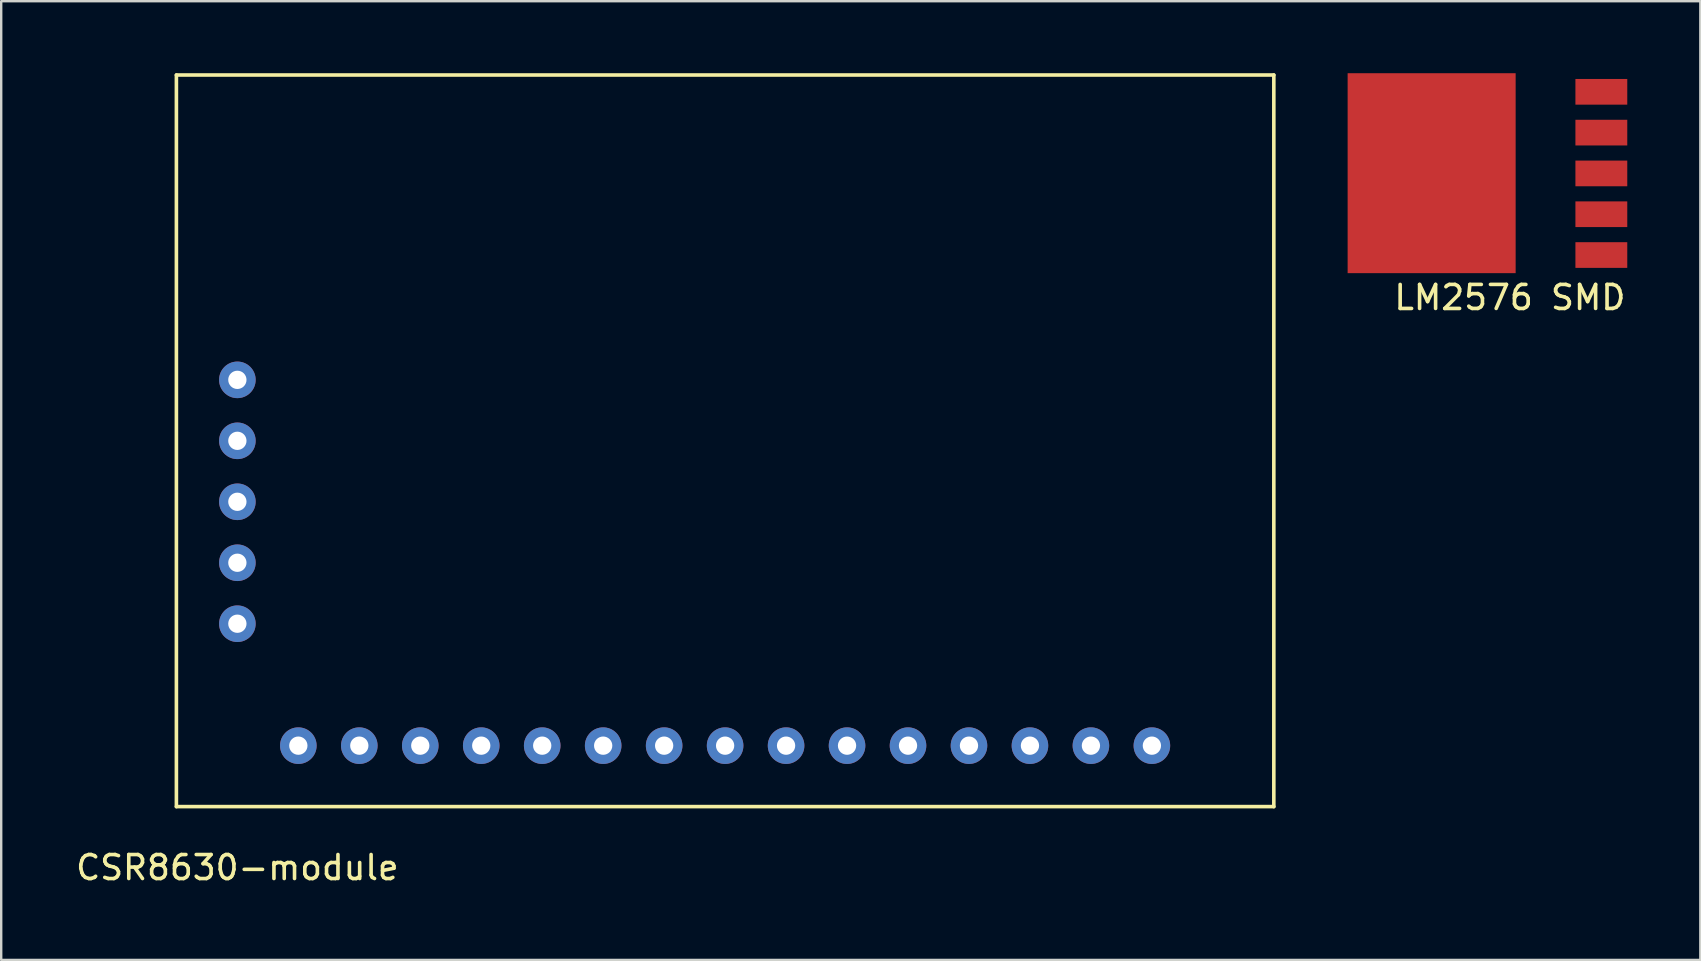
<source format=kicad_pcb>
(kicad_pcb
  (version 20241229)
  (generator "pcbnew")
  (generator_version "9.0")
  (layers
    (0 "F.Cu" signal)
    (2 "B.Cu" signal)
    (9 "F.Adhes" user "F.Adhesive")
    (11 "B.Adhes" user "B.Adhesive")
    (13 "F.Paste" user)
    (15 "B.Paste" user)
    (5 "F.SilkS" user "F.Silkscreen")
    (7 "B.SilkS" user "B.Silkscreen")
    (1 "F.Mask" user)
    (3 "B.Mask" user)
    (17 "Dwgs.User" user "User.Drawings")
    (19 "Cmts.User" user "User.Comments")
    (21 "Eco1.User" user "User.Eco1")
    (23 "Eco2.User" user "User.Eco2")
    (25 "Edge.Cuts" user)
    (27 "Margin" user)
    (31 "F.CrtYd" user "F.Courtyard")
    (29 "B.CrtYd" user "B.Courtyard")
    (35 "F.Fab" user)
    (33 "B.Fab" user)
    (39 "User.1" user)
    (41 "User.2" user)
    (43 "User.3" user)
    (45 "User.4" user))
  (footprint "LM2576 SMD"
    (layer "F.Cu")
    (at 63.594 4.165)
    (property "Reference" "LM2576 SMD" (at -3.74 5.18 0) (layer "F.SilkS") (effects (font (size 1 1) (thickness 0.15))))
    (attr through_hole)
    (pad "1" smd rect (at 0.07 3.41) (size 2.16 1.07) (layers "F.Cu" "F.Mask" "F.Paste"))
    (pad "2" smd rect (at -7 0) (size 7 8.33) (layers "F.Cu" "F.Mask" "F.Paste"))
    (pad "2" smd rect (at 0.07 1.71) (size 2.16 1.07) (layers "F.Cu" "F.Mask" "F.Paste"))
    (pad "3" smd rect (at 0.07 0.01) (size 2.16 1.07) (layers "F.Cu" "F.Mask" "F.Paste"))
    (pad "4" smd rect (at 0.07 -1.69) (size 2.16 1.07) (layers "F.Cu" "F.Mask" "F.Paste"))
    (pad "5" smd rect (at 0.07 -3.39) (size 2.16 1.07) (layers "F.Cu" "F.Mask" "F.Paste")))
  (footprint "CSR8630-module"
    (layer "F.Cu")
    (at 11.919 28.015)
    (property "Reference" "CSR8630-module" (at -5.08 5.08 0) (layer "F.SilkS") (effects (font (size 1 1) (thickness 0.15))))
    (attr through_hole)
    (fp_line (start -7.62 -27.94) (end 38.1 -27.94) (stroke (width 0.15) (type solid)) (layer "F.SilkS"))
    (fp_line (start -7.62 2.54) (end -7.62 -27.94) (stroke (width 0.15) (type solid)) (layer "F.SilkS"))
    (fp_line (start 38.1 -27.94) (end 38.1 2.54) (stroke (width 0.15) (type solid)) (layer "F.SilkS"))
    (fp_line (start 38.1 2.54) (end -7.62 2.54) (stroke (width 0.15) (type solid)) (layer "F.SilkS"))
    (pad "1" thru_hole circle (at -2.54 0) (size 1.524 1.524) (drill 0.762) (layers "*.Cu" "*.Mask"))
    (pad "2" thru_hole circle (at 0 0) (size 1.524 1.524) (drill 0.762) (layers "*.Cu" "*.Mask"))
    (pad "3" thru_hole circle (at 2.54 0) (size 1.524 1.524) (drill 0.762) (layers "*.Cu" "*.Mask"))
    (pad "4" thru_hole circle (at 5.08 0) (size 1.524 1.524) (drill 0.762) (layers "*.Cu" "*.Mask"))
    (pad "5" thru_hole circle (at 7.62 0) (size 1.524 1.524) (drill 0.762) (layers "*.Cu" "*.Mask"))
    (pad "6" thru_hole circle (at 10.16 0) (size 1.524 1.524) (drill 0.762) (layers "*.Cu" "*.Mask"))
    (pad "7" thru_hole circle (at 12.7 0) (size 1.524 1.524) (drill 0.762) (layers "*.Cu" "*.Mask"))
    (pad "8" thru_hole circle (at 15.24 0) (size 1.524 1.524) (drill 0.762) (layers "*.Cu" "*.Mask"))
    (pad "9" thru_hole circle (at 17.78 0) (size 1.524 1.524) (drill 0.762) (layers "*.Cu" "*.Mask"))
    (pad "10" thru_hole circle (at 20.32 0) (size 1.524 1.524) (drill 0.762) (layers "*.Cu" "*.Mask"))
    (pad "11" thru_hole circle (at 22.86 0) (size 1.524 1.524) (drill 0.762) (layers "*.Cu" "*.Mask"))
    (pad "12" thru_hole circle (at 25.4 0) (size 1.524 1.524) (drill 0.762) (layers "*.Cu" "*.Mask"))
    (pad "13" thru_hole circle (at 27.94 0) (size 1.524 1.524) (drill 0.762) (layers "*.Cu" "*.Mask"))
    (pad "14" thru_hole circle (at 30.48 0) (size 1.524 1.524) (drill 0.762) (layers "*.Cu" "*.Mask"))
    (pad "15" thru_hole circle (at 33.02 0) (size 1.524 1.524) (drill 0.762) (layers "*.Cu" "*.Mask"))
    (pad "16" thru_hole circle (at -5.08 -15.24) (size 1.524 1.524) (drill 0.762) (layers "*.Cu" "*.Mask"))
    (pad "17" thru_hole circle (at -5.08 -12.7) (size 1.524 1.524) (drill 0.762) (layers "*.Cu" "*.Mask"))
    (pad "18" thru_hole circle (at -5.08 -10.16) (size 1.524 1.524) (drill 0.762) (layers "*.Cu" "*.Mask"))
    (pad "19" thru_hole circle (at -5.08 -7.62) (size 1.524 1.524) (drill 0.762) (layers "*.Cu" "*.Mask"))
    (pad "20" thru_hole circle (at -5.08 -5.08) (size 1.524 1.524) (drill 0.762) (layers "*.Cu" "*.Mask")))
  (gr_rect
    (start -3 -3)
    (end 67.789 36.943)
    (stroke (width 0.1) (type default))
    (fill no)
    (layer "Edge.Cuts")))
</source>
